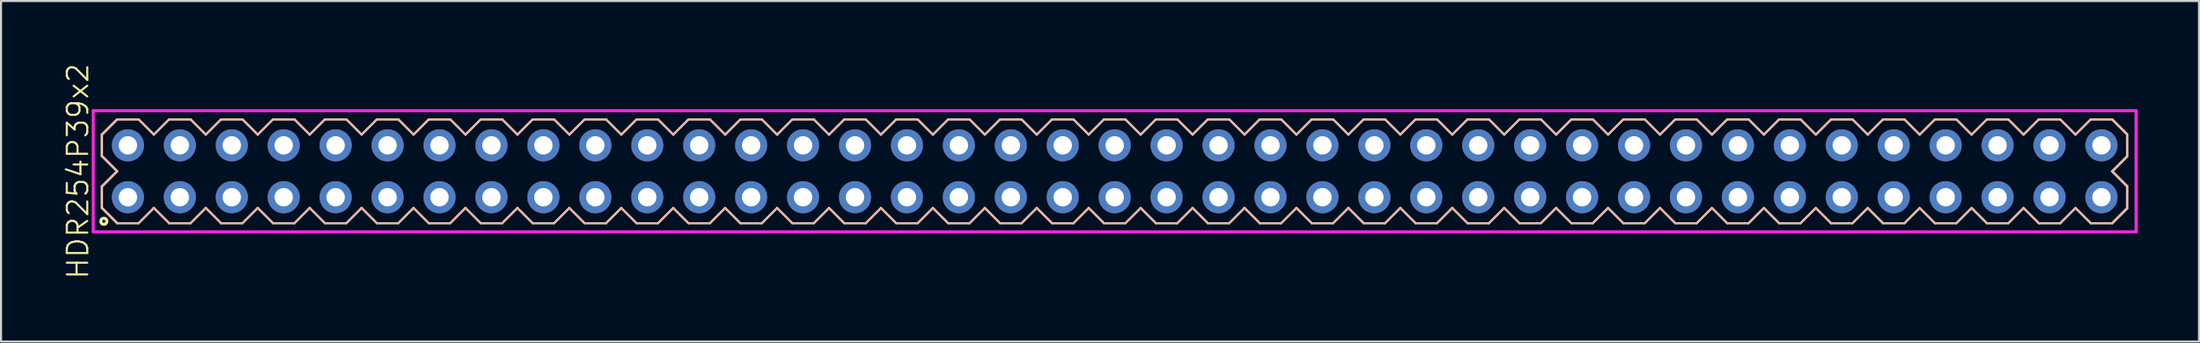
<source format=kicad_pcb>
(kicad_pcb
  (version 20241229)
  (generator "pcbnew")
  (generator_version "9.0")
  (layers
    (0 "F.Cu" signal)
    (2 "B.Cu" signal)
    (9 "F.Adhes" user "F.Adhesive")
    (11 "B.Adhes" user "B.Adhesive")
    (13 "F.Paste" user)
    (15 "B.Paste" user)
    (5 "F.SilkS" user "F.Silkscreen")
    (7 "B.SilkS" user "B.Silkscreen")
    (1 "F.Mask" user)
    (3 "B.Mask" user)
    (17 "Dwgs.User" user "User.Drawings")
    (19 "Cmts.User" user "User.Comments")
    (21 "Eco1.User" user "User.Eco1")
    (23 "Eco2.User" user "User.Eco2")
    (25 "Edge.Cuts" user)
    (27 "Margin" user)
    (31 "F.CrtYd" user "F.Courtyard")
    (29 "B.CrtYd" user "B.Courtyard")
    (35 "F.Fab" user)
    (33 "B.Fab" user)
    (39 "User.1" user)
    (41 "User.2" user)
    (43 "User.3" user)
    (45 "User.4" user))
  (footprint "HDR254P39x2"
    (layer "F.Cu")
    (at 51.465 5.336)
    (property "Reference" "HDR254P39x2" (at -50.705 0 90) (layer "F.SilkS") (effects (font (size 1 1) (thickness 0.1))))
    (attr through_hole)
    (fp_line (start -49.53 -1.796) (end -48.786 -2.54) (stroke (width 0.1) (type solid)) (layer "F.SilkS"))
    (fp_line (start -49.53 -1.796) (end -48.786 -2.54) (stroke (width 0.1) (type solid)) (layer "F.SilkS"))
    (fp_line (start -49.53 -0.744) (end -49.53 -1.796) (stroke (width 0.1) (type solid)) (layer "F.SilkS"))
    (fp_line (start -49.53 -0.744) (end -49.53 -1.796) (stroke (width 0.1) (type solid)) (layer "F.SilkS"))
    (fp_line (start -49.53 0.744) (end -48.786 0) (stroke (width 0.1) (type solid)) (layer "F.SilkS"))
    (fp_line (start -49.53 0.744) (end -48.786 0) (stroke (width 0.1) (type solid)) (layer "F.SilkS"))
    (fp_line (start -49.53 1.796) (end -49.53 0.744) (stroke (width 0.1) (type solid)) (layer "F.SilkS"))
    (fp_line (start -49.53 1.796) (end -49.53 0.744) (stroke (width 0.1) (type solid)) (layer "F.SilkS"))
    (fp_line (start -48.786 -2.54) (end -47.734 -2.54) (stroke (width 0.1) (type solid)) (layer "F.SilkS"))
    (fp_line (start -48.786 0) (end -49.53 -0.744) (stroke (width 0.1) (type solid)) (layer "F.SilkS"))
    (fp_line (start -48.786 0) (end -49.53 -0.744) (stroke (width 0.1) (type solid)) (layer "F.SilkS"))
    (fp_line (start -48.786 2.54) (end -49.53 1.796) (stroke (width 0.1) (type solid)) (layer "F.SilkS"))
    (fp_line (start -48.786 2.54) (end -49.53 1.796) (stroke (width 0.1) (type solid)) (layer "F.SilkS"))
    (fp_line (start -47.734 -2.54) (end -46.99 -1.796) (stroke (width 0.1) (type solid)) (layer "F.SilkS"))
    (fp_line (start -47.734 2.54) (end -48.786 2.54) (stroke (width 0.1) (type solid)) (layer "F.SilkS"))
    (fp_line (start -46.99 -1.796) (end -46.246 -2.54) (stroke (width 0.1) (type solid)) (layer "F.SilkS"))
    (fp_line (start -46.99 1.796) (end -47.734 2.54) (stroke (width 0.1) (type solid)) (layer "F.SilkS"))
    (fp_line (start -46.246 -2.54) (end -45.194 -2.54) (stroke (width 0.1) (type solid)) (layer "F.SilkS"))
    (fp_line (start -46.246 2.54) (end -46.99 1.796) (stroke (width 0.1) (type solid)) (layer "F.SilkS"))
    (fp_line (start -45.194 -2.54) (end -44.45 -1.796) (stroke (width 0.1) (type solid)) (layer "F.SilkS"))
    (fp_line (start -45.194 2.54) (end -46.246 2.54) (stroke (width 0.1) (type solid)) (layer "F.SilkS"))
    (fp_line (start -44.45 -1.796) (end -43.706 -2.54) (stroke (width 0.1) (type solid)) (layer "F.SilkS"))
    (fp_line (start -44.45 1.796) (end -45.194 2.54) (stroke (width 0.1) (type solid)) (layer "F.SilkS"))
    (fp_line (start -43.706 -2.54) (end -42.654 -2.54) (stroke (width 0.1) (type solid)) (layer "F.SilkS"))
    (fp_line (start -43.706 2.54) (end -44.45 1.796) (stroke (width 0.1) (type solid)) (layer "F.SilkS"))
    (fp_line (start -42.654 -2.54) (end -41.91 -1.796) (stroke (width 0.1) (type solid)) (layer "F.SilkS"))
    (fp_line (start -42.654 2.54) (end -43.706 2.54) (stroke (width 0.1) (type solid)) (layer "F.SilkS"))
    (fp_line (start -41.91 -1.796) (end -41.166 -2.54) (stroke (width 0.1) (type solid)) (layer "F.SilkS"))
    (fp_line (start -41.91 1.796) (end -42.654 2.54) (stroke (width 0.1) (type solid)) (layer "F.SilkS"))
    (fp_line (start -41.166 -2.54) (end -40.114 -2.54) (stroke (width 0.1) (type solid)) (layer "F.SilkS"))
    (fp_line (start -41.166 2.54) (end -41.91 1.796) (stroke (width 0.1) (type solid)) (layer "F.SilkS"))
    (fp_line (start -40.114 -2.54) (end -39.37 -1.796) (stroke (width 0.1) (type solid)) (layer "F.SilkS"))
    (fp_line (start -40.114 2.54) (end -41.166 2.54) (stroke (width 0.1) (type solid)) (layer "F.SilkS"))
    (fp_line (start -39.37 -1.796) (end -38.626 -2.54) (stroke (width 0.1) (type solid)) (layer "F.SilkS"))
    (fp_line (start -39.37 1.796) (end -40.114 2.54) (stroke (width 0.1) (type solid)) (layer "F.SilkS"))
    (fp_line (start -38.626 -2.54) (end -37.574 -2.54) (stroke (width 0.1) (type solid)) (layer "F.SilkS"))
    (fp_line (start -38.626 2.54) (end -39.37 1.796) (stroke (width 0.1) (type solid)) (layer "F.SilkS"))
    (fp_line (start -37.574 -2.54) (end -36.83 -1.796) (stroke (width 0.1) (type solid)) (layer "F.SilkS"))
    (fp_line (start -37.574 2.54) (end -38.626 2.54) (stroke (width 0.1) (type solid)) (layer "F.SilkS"))
    (fp_line (start -36.83 -1.796) (end -36.086 -2.54) (stroke (width 0.1) (type solid)) (layer "F.SilkS"))
    (fp_line (start -36.83 1.796) (end -37.574 2.54) (stroke (width 0.1) (type solid)) (layer "F.SilkS"))
    (fp_line (start -36.086 -2.54) (end -35.034 -2.54) (stroke (width 0.1) (type solid)) (layer "F.SilkS"))
    (fp_line (start -36.086 2.54) (end -36.83 1.796) (stroke (width 0.1) (type solid)) (layer "F.SilkS"))
    (fp_line (start -35.034 -2.54) (end -34.29 -1.796) (stroke (width 0.1) (type solid)) (layer "F.SilkS"))
    (fp_line (start -35.034 2.54) (end -36.086 2.54) (stroke (width 0.1) (type solid)) (layer "F.SilkS"))
    (fp_line (start -34.29 -1.796) (end -33.546 -2.54) (stroke (width 0.1) (type solid)) (layer "F.SilkS"))
    (fp_line (start -34.29 1.796) (end -35.034 2.54) (stroke (width 0.1) (type solid)) (layer "F.SilkS"))
    (fp_line (start -33.546 -2.54) (end -32.494 -2.54) (stroke (width 0.1) (type solid)) (layer "F.SilkS"))
    (fp_line (start -33.546 2.54) (end -34.29 1.796) (stroke (width 0.1) (type solid)) (layer "F.SilkS"))
    (fp_line (start -32.494 -2.54) (end -31.75 -1.796) (stroke (width 0.1) (type solid)) (layer "F.SilkS"))
    (fp_line (start -32.494 2.54) (end -33.546 2.54) (stroke (width 0.1) (type solid)) (layer "F.SilkS"))
    (fp_line (start -31.75 -1.796) (end -31.006 -2.54) (stroke (width 0.1) (type solid)) (layer "F.SilkS"))
    (fp_line (start -31.75 1.796) (end -32.494 2.54) (stroke (width 0.1) (type solid)) (layer "F.SilkS"))
    (fp_line (start -31.006 -2.54) (end -29.954 -2.54) (stroke (width 0.1) (type solid)) (layer "F.SilkS"))
    (fp_line (start -31.006 2.54) (end -31.75 1.796) (stroke (width 0.1) (type solid)) (layer "F.SilkS"))
    (fp_line (start -29.954 -2.54) (end -29.21 -1.796) (stroke (width 0.1) (type solid)) (layer "F.SilkS"))
    (fp_line (start -29.954 2.54) (end -31.006 2.54) (stroke (width 0.1) (type solid)) (layer "F.SilkS"))
    (fp_line (start -29.21 -1.796) (end -28.466 -2.54) (stroke (width 0.1) (type solid)) (layer "F.SilkS"))
    (fp_line (start -29.21 1.796) (end -29.954 2.54) (stroke (width 0.1) (type solid)) (layer "F.SilkS"))
    (fp_line (start -28.466 -2.54) (end -27.414 -2.54) (stroke (width 0.1) (type solid)) (layer "F.SilkS"))
    (fp_line (start -28.466 2.54) (end -29.21 1.796) (stroke (width 0.1) (type solid)) (layer "F.SilkS"))
    (fp_line (start -27.414 -2.54) (end -26.67 -1.796) (stroke (width 0.1) (type solid)) (layer "F.SilkS"))
    (fp_line (start -27.414 2.54) (end -28.466 2.54) (stroke (width 0.1) (type solid)) (layer "F.SilkS"))
    (fp_line (start -26.67 -1.796) (end -25.926 -2.54) (stroke (width 0.1) (type solid)) (layer "F.SilkS"))
    (fp_line (start -26.67 1.796) (end -27.414 2.54) (stroke (width 0.1) (type solid)) (layer "F.SilkS"))
    (fp_line (start -25.926 -2.54) (end -24.874 -2.54) (stroke (width 0.1) (type solid)) (layer "F.SilkS"))
    (fp_line (start -25.926 2.54) (end -26.67 1.796) (stroke (width 0.1) (type solid)) (layer "F.SilkS"))
    (fp_line (start -24.874 -2.54) (end -24.13 -1.796) (stroke (width 0.1) (type solid)) (layer "F.SilkS"))
    (fp_line (start -24.874 2.54) (end -25.926 2.54) (stroke (width 0.1) (type solid)) (layer "F.SilkS"))
    (fp_line (start -24.13 -1.796) (end -23.386 -2.54) (stroke (width 0.1) (type solid)) (layer "F.SilkS"))
    (fp_line (start -24.13 1.796) (end -24.874 2.54) (stroke (width 0.1) (type solid)) (layer "F.SilkS"))
    (fp_line (start -23.386 -2.54) (end -22.334 -2.54) (stroke (width 0.1) (type solid)) (layer "F.SilkS"))
    (fp_line (start -23.386 2.54) (end -24.13 1.796) (stroke (width 0.1) (type solid)) (layer "F.SilkS"))
    (fp_line (start -22.334 -2.54) (end -21.59 -1.796) (stroke (width 0.1) (type solid)) (layer "F.SilkS"))
    (fp_line (start -22.334 2.54) (end -23.386 2.54) (stroke (width 0.1) (type solid)) (layer "F.SilkS"))
    (fp_line (start -21.59 -1.796) (end -20.846 -2.54) (stroke (width 0.1) (type solid)) (layer "F.SilkS"))
    (fp_line (start -21.59 1.796) (end -22.334 2.54) (stroke (width 0.1) (type solid)) (layer "F.SilkS"))
    (fp_line (start -20.846 -2.54) (end -19.794 -2.54) (stroke (width 0.1) (type solid)) (layer "F.SilkS"))
    (fp_line (start -20.846 2.54) (end -21.59 1.796) (stroke (width 0.1) (type solid)) (layer "F.SilkS"))
    (fp_line (start -19.794 -2.54) (end -19.05 -1.796) (stroke (width 0.1) (type solid)) (layer "F.SilkS"))
    (fp_line (start -19.794 2.54) (end -20.846 2.54) (stroke (width 0.1) (type solid)) (layer "F.SilkS"))
    (fp_line (start -19.05 -1.796) (end -18.306 -2.54) (stroke (width 0.1) (type solid)) (layer "F.SilkS"))
    (fp_line (start -19.05 1.796) (end -19.794 2.54) (stroke (width 0.1) (type solid)) (layer "F.SilkS"))
    (fp_line (start -18.306 -2.54) (end -17.254 -2.54) (stroke (width 0.1) (type solid)) (layer "F.SilkS"))
    (fp_line (start -18.306 2.54) (end -19.05 1.796) (stroke (width 0.1) (type solid)) (layer "F.SilkS"))
    (fp_line (start -17.254 -2.54) (end -16.51 -1.796) (stroke (width 0.1) (type solid)) (layer "F.SilkS"))
    (fp_line (start -17.254 2.54) (end -18.306 2.54) (stroke (width 0.1) (type solid)) (layer "F.SilkS"))
    (fp_line (start -16.51 -1.796) (end -15.766 -2.54) (stroke (width 0.1) (type solid)) (layer "F.SilkS"))
    (fp_line (start -16.51 1.796) (end -17.254 2.54) (stroke (width 0.1) (type solid)) (layer "F.SilkS"))
    (fp_line (start -15.766 -2.54) (end -14.714 -2.54) (stroke (width 0.1) (type solid)) (layer "F.SilkS"))
    (fp_line (start -15.766 2.54) (end -16.51 1.796) (stroke (width 0.1) (type solid)) (layer "F.SilkS"))
    (fp_line (start -14.714 -2.54) (end -13.97 -1.796) (stroke (width 0.1) (type solid)) (layer "F.SilkS"))
    (fp_line (start -14.714 2.54) (end -15.766 2.54) (stroke (width 0.1) (type solid)) (layer "F.SilkS"))
    (fp_line (start -13.97 -1.796) (end -13.226 -2.54) (stroke (width 0.1) (type solid)) (layer "F.SilkS"))
    (fp_line (start -13.97 1.796) (end -14.714 2.54) (stroke (width 0.1) (type solid)) (layer "F.SilkS"))
    (fp_line (start -13.226 -2.54) (end -12.174 -2.54) (stroke (width 0.1) (type solid)) (layer "F.SilkS"))
    (fp_line (start -13.226 2.54) (end -13.97 1.796) (stroke (width 0.1) (type solid)) (layer "F.SilkS"))
    (fp_line (start -12.174 -2.54) (end -11.43 -1.796) (stroke (width 0.1) (type solid)) (layer "F.SilkS"))
    (fp_line (start -12.174 2.54) (end -13.226 2.54) (stroke (width 0.1) (type solid)) (layer "F.SilkS"))
    (fp_line (start -11.43 -1.796) (end -10.686 -2.54) (stroke (width 0.1) (type solid)) (layer "F.SilkS"))
    (fp_line (start -11.43 1.796) (end -12.174 2.54) (stroke (width 0.1) (type solid)) (layer "F.SilkS"))
    (fp_line (start -10.686 -2.54) (end -9.634 -2.54) (stroke (width 0.1) (type solid)) (layer "F.SilkS"))
    (fp_line (start -10.686 2.54) (end -11.43 1.796) (stroke (width 0.1) (type solid)) (layer "F.SilkS"))
    (fp_line (start -9.634 -2.54) (end -8.89 -1.796) (stroke (width 0.1) (type solid)) (layer "F.SilkS"))
    (fp_line (start -9.634 2.54) (end -10.686 2.54) (stroke (width 0.1) (type solid)) (layer "F.SilkS"))
    (fp_line (start -8.89 -1.796) (end -8.146 -2.54) (stroke (width 0.1) (type solid)) (layer "F.SilkS"))
    (fp_line (start -8.89 1.796) (end -9.634 2.54) (stroke (width 0.1) (type solid)) (layer "F.SilkS"))
    (fp_line (start -8.146 -2.54) (end -7.094 -2.54) (stroke (width 0.1) (type solid)) (layer "F.SilkS"))
    (fp_line (start -8.146 2.54) (end -8.89 1.796) (stroke (width 0.1) (type solid)) (layer "F.SilkS"))
    (fp_line (start -7.094 -2.54) (end -6.35 -1.796) (stroke (width 0.1) (type solid)) (layer "F.SilkS"))
    (fp_line (start -7.094 2.54) (end -8.146 2.54) (stroke (width 0.1) (type solid)) (layer "F.SilkS"))
    (fp_line (start -6.35 -1.796) (end -5.606 -2.54) (stroke (width 0.1) (type solid)) (layer "F.SilkS"))
    (fp_line (start -6.35 1.796) (end -7.094 2.54) (stroke (width 0.1) (type solid)) (layer "F.SilkS"))
    (fp_line (start -5.606 -2.54) (end -4.554 -2.54) (stroke (width 0.1) (type solid)) (layer "F.SilkS"))
    (fp_line (start -5.606 2.54) (end -6.35 1.796) (stroke (width 0.1) (type solid)) (layer "F.SilkS"))
    (fp_line (start -4.554 -2.54) (end -3.81 -1.796) (stroke (width 0.1) (type solid)) (layer "F.SilkS"))
    (fp_line (start -4.554 2.54) (end -5.606 2.54) (stroke (width 0.1) (type solid)) (layer "F.SilkS"))
    (fp_line (start -3.81 -1.796) (end -3.066 -2.54) (stroke (width 0.1) (type solid)) (layer "F.SilkS"))
    (fp_line (start -3.81 1.796) (end -4.554 2.54) (stroke (width 0.1) (type solid)) (layer "F.SilkS"))
    (fp_line (start -3.066 -2.54) (end -2.014 -2.54) (stroke (width 0.1) (type solid)) (layer "F.SilkS"))
    (fp_line (start -3.066 2.54) (end -3.81 1.796) (stroke (width 0.1) (type solid)) (layer "F.SilkS"))
    (fp_line (start -2.014 -2.54) (end -1.27 -1.796) (stroke (width 0.1) (type solid)) (layer "F.SilkS"))
    (fp_line (start -2.014 2.54) (end -3.066 2.54) (stroke (width 0.1) (type solid)) (layer "F.SilkS"))
    (fp_line (start -1.27 -1.796) (end -0.526 -2.54) (stroke (width 0.1) (type solid)) (layer "F.SilkS"))
    (fp_line (start -1.27 1.796) (end -2.014 2.54) (stroke (width 0.1) (type solid)) (layer "F.SilkS"))
    (fp_line (start -0.526 -2.54) (end 0.526 -2.54) (stroke (width 0.1) (type solid)) (layer "F.SilkS"))
    (fp_line (start -0.526 2.54) (end -1.27 1.796) (stroke (width 0.1) (type solid)) (layer "F.SilkS"))
    (fp_line (start 0.526 -2.54) (end 1.27 -1.796) (stroke (width 0.1) (type solid)) (layer "F.SilkS"))
    (fp_line (start 0.526 2.54) (end -0.526 2.54) (stroke (width 0.1) (type solid)) (layer "F.SilkS"))
    (fp_line (start 1.27 -1.796) (end 2.014 -2.54) (stroke (width 0.1) (type solid)) (layer "F.SilkS"))
    (fp_line (start 1.27 1.796) (end 0.526 2.54) (stroke (width 0.1) (type solid)) (layer "F.SilkS"))
    (fp_line (start 2.014 -2.54) (end 3.066 -2.54) (stroke (width 0.1) (type solid)) (layer "F.SilkS"))
    (fp_line (start 2.014 2.54) (end 1.27 1.796) (stroke (width 0.1) (type solid)) (layer "F.SilkS"))
    (fp_line (start 3.066 -2.54) (end 3.81 -1.796) (stroke (width 0.1) (type solid)) (layer "F.SilkS"))
    (fp_line (start 3.066 2.54) (end 2.014 2.54) (stroke (width 0.1) (type solid)) (layer "F.SilkS"))
    (fp_line (start 3.81 -1.796) (end 4.554 -2.54) (stroke (width 0.1) (type solid)) (layer "F.SilkS"))
    (fp_line (start 3.81 1.796) (end 3.066 2.54) (stroke (width 0.1) (type solid)) (layer "F.SilkS"))
    (fp_line (start 4.554 -2.54) (end 5.606 -2.54) (stroke (width 0.1) (type solid)) (layer "F.SilkS"))
    (fp_line (start 4.554 2.54) (end 3.81 1.796) (stroke (width 0.1) (type solid)) (layer "F.SilkS"))
    (fp_line (start 5.606 -2.54) (end 6.35 -1.796) (stroke (width 0.1) (type solid)) (layer "F.SilkS"))
    (fp_line (start 5.606 2.54) (end 4.554 2.54) (stroke (width 0.1) (type solid)) (layer "F.SilkS"))
    (fp_line (start 6.35 -1.796) (end 7.094 -2.54) (stroke (width 0.1) (type solid)) (layer "F.SilkS"))
    (fp_line (start 6.35 1.796) (end 5.606 2.54) (stroke (width 0.1) (type solid)) (layer "F.SilkS"))
    (fp_line (start 7.094 -2.54) (end 8.146 -2.54) (stroke (width 0.1) (type solid)) (layer "F.SilkS"))
    (fp_line (start 7.094 2.54) (end 6.35 1.796) (stroke (width 0.1) (type solid)) (layer "F.SilkS"))
    (fp_line (start 8.146 -2.54) (end 8.89 -1.796) (stroke (width 0.1) (type solid)) (layer "F.SilkS"))
    (fp_line (start 8.146 2.54) (end 7.094 2.54) (stroke (width 0.1) (type solid)) (layer "F.SilkS"))
    (fp_line (start 8.89 -1.796) (end 9.634 -2.54) (stroke (width 0.1) (type solid)) (layer "F.SilkS"))
    (fp_line (start 8.89 1.796) (end 8.146 2.54) (stroke (width 0.1) (type solid)) (layer "F.SilkS"))
    (fp_line (start 9.634 -2.54) (end 10.686 -2.54) (stroke (width 0.1) (type solid)) (layer "F.SilkS"))
    (fp_line (start 9.634 2.54) (end 8.89 1.796) (stroke (width 0.1) (type solid)) (layer "F.SilkS"))
    (fp_line (start 10.686 -2.54) (end 11.43 -1.796) (stroke (width 0.1) (type solid)) (layer "F.SilkS"))
    (fp_line (start 10.686 2.54) (end 9.634 2.54) (stroke (width 0.1) (type solid)) (layer "F.SilkS"))
    (fp_line (start 11.43 -1.796) (end 12.174 -2.54) (stroke (width 0.1) (type solid)) (layer "F.SilkS"))
    (fp_line (start 11.43 1.796) (end 10.686 2.54) (stroke (width 0.1) (type solid)) (layer "F.SilkS"))
    (fp_line (start 12.174 -2.54) (end 13.226 -2.54) (stroke (width 0.1) (type solid)) (layer "F.SilkS"))
    (fp_line (start 12.174 2.54) (end 11.43 1.796) (stroke (width 0.1) (type solid)) (layer "F.SilkS"))
    (fp_line (start 13.226 -2.54) (end 13.97 -1.796) (stroke (width 0.1) (type solid)) (layer "F.SilkS"))
    (fp_line (start 13.226 2.54) (end 12.174 2.54) (stroke (width 0.1) (type solid)) (layer "F.SilkS"))
    (fp_line (start 13.97 -1.796) (end 14.714 -2.54) (stroke (width 0.1) (type solid)) (layer "F.SilkS"))
    (fp_line (start 13.97 1.796) (end 13.226 2.54) (stroke (width 0.1) (type solid)) (layer "F.SilkS"))
    (fp_line (start 14.714 -2.54) (end 15.766 -2.54) (stroke (width 0.1) (type solid)) (layer "F.SilkS"))
    (fp_line (start 14.714 2.54) (end 13.97 1.796) (stroke (width 0.1) (type solid)) (layer "F.SilkS"))
    (fp_line (start 15.766 -2.54) (end 16.51 -1.796) (stroke (width 0.1) (type solid)) (layer "F.SilkS"))
    (fp_line (start 15.766 2.54) (end 14.714 2.54) (stroke (width 0.1) (type solid)) (layer "F.SilkS"))
    (fp_line (start 16.51 -1.796) (end 17.254 -2.54) (stroke (width 0.1) (type solid)) (layer "F.SilkS"))
    (fp_line (start 16.51 1.796) (end 15.766 2.54) (stroke (width 0.1) (type solid)) (layer "F.SilkS"))
    (fp_line (start 17.254 -2.54) (end 18.306 -2.54) (stroke (width 0.1) (type solid)) (layer "F.SilkS"))
    (fp_line (start 17.254 2.54) (end 16.51 1.796) (stroke (width 0.1) (type solid)) (layer "F.SilkS"))
    (fp_line (start 18.306 -2.54) (end 19.05 -1.796) (stroke (width 0.1) (type solid)) (layer "F.SilkS"))
    (fp_line (start 18.306 2.54) (end 17.254 2.54) (stroke (width 0.1) (type solid)) (layer "F.SilkS"))
    (fp_line (start 19.05 -1.796) (end 19.794 -2.54) (stroke (width 0.1) (type solid)) (layer "F.SilkS"))
    (fp_line (start 19.05 1.796) (end 18.306 2.54) (stroke (width 0.1) (type solid)) (layer "F.SilkS"))
    (fp_line (start 19.794 -2.54) (end 20.846 -2.54) (stroke (width 0.1) (type solid)) (layer "F.SilkS"))
    (fp_line (start 19.794 2.54) (end 19.05 1.796) (stroke (width 0.1) (type solid)) (layer "F.SilkS"))
    (fp_line (start 20.846 -2.54) (end 21.59 -1.796) (stroke (width 0.1) (type solid)) (layer "F.SilkS"))
    (fp_line (start 20.846 2.54) (end 19.794 2.54) (stroke (width 0.1) (type solid)) (layer "F.SilkS"))
    (fp_line (start 21.59 -1.796) (end 22.334 -2.54) (stroke (width 0.1) (type solid)) (layer "F.SilkS"))
    (fp_line (start 21.59 1.796) (end 20.846 2.54) (stroke (width 0.1) (type solid)) (layer "F.SilkS"))
    (fp_line (start 22.334 -2.54) (end 23.386 -2.54) (stroke (width 0.1) (type solid)) (layer "F.SilkS"))
    (fp_line (start 22.334 2.54) (end 21.59 1.796) (stroke (width 0.1) (type solid)) (layer "F.SilkS"))
    (fp_line (start 23.386 -2.54) (end 24.13 -1.796) (stroke (width 0.1) (type solid)) (layer "F.SilkS"))
    (fp_line (start 23.386 2.54) (end 22.334 2.54) (stroke (width 0.1) (type solid)) (layer "F.SilkS"))
    (fp_line (start 24.13 -1.796) (end 24.874 -2.54) (stroke (width 0.1) (type solid)) (layer "F.SilkS"))
    (fp_line (start 24.13 1.796) (end 23.386 2.54) (stroke (width 0.1) (type solid)) (layer "F.SilkS"))
    (fp_line (start 24.874 -2.54) (end 25.926 -2.54) (stroke (width 0.1) (type solid)) (layer "F.SilkS"))
    (fp_line (start 24.874 2.54) (end 24.13 1.796) (stroke (width 0.1) (type solid)) (layer "F.SilkS"))
    (fp_line (start 25.926 -2.54) (end 26.67 -1.796) (stroke (width 0.1) (type solid)) (layer "F.SilkS"))
    (fp_line (start 25.926 2.54) (end 24.874 2.54) (stroke (width 0.1) (type solid)) (layer "F.SilkS"))
    (fp_line (start 26.67 -1.796) (end 27.414 -2.54) (stroke (width 0.1) (type solid)) (layer "F.SilkS"))
    (fp_line (start 26.67 1.796) (end 25.926 2.54) (stroke (width 0.1) (type solid)) (layer "F.SilkS"))
    (fp_line (start 27.414 -2.54) (end 28.466 -2.54) (stroke (width 0.1) (type solid)) (layer "F.SilkS"))
    (fp_line (start 27.414 2.54) (end 26.67 1.796) (stroke (width 0.1) (type solid)) (layer "F.SilkS"))
    (fp_line (start 28.466 -2.54) (end 29.21 -1.796) (stroke (width 0.1) (type solid)) (layer "F.SilkS"))
    (fp_line (start 28.466 2.54) (end 27.414 2.54) (stroke (width 0.1) (type solid)) (layer "F.SilkS"))
    (fp_line (start 29.21 -1.796) (end 29.954 -2.54) (stroke (width 0.1) (type solid)) (layer "F.SilkS"))
    (fp_line (start 29.21 1.796) (end 28.466 2.54) (stroke (width 0.1) (type solid)) (layer "F.SilkS"))
    (fp_line (start 29.954 -2.54) (end 31.006 -2.54) (stroke (width 0.1) (type solid)) (layer "F.SilkS"))
    (fp_line (start 29.954 2.54) (end 29.21 1.796) (stroke (width 0.1) (type solid)) (layer "F.SilkS"))
    (fp_line (start 31.006 -2.54) (end 31.75 -1.796) (stroke (width 0.1) (type solid)) (layer "F.SilkS"))
    (fp_line (start 31.006 2.54) (end 29.954 2.54) (stroke (width 0.1) (type solid)) (layer "F.SilkS"))
    (fp_line (start 31.75 -1.796) (end 32.494 -2.54) (stroke (width 0.1) (type solid)) (layer "F.SilkS"))
    (fp_line (start 31.75 1.796) (end 31.006 2.54) (stroke (width 0.1) (type solid)) (layer "F.SilkS"))
    (fp_line (start 32.494 -2.54) (end 33.546 -2.54) (stroke (width 0.1) (type solid)) (layer "F.SilkS"))
    (fp_line (start 32.494 2.54) (end 31.75 1.796) (stroke (width 0.1) (type solid)) (layer "F.SilkS"))
    (fp_line (start 33.546 -2.54) (end 34.29 -1.796) (stroke (width 0.1) (type solid)) (layer "F.SilkS"))
    (fp_line (start 33.546 2.54) (end 32.494 2.54) (stroke (width 0.1) (type solid)) (layer "F.SilkS"))
    (fp_line (start 34.29 -1.796) (end 35.034 -2.54) (stroke (width 0.1) (type solid)) (layer "F.SilkS"))
    (fp_line (start 34.29 1.796) (end 33.546 2.54) (stroke (width 0.1) (type solid)) (layer "F.SilkS"))
    (fp_line (start 35.034 -2.54) (end 36.086 -2.54) (stroke (width 0.1) (type solid)) (layer "F.SilkS"))
    (fp_line (start 35.034 2.54) (end 34.29 1.796) (stroke (width 0.1) (type solid)) (layer "F.SilkS"))
    (fp_line (start 36.086 -2.54) (end 36.83 -1.796) (stroke (width 0.1) (type solid)) (layer "F.SilkS"))
    (fp_line (start 36.086 2.54) (end 35.034 2.54) (stroke (width 0.1) (type solid)) (layer "F.SilkS"))
    (fp_line (start 36.83 -1.796) (end 37.574 -2.54) (stroke (width 0.1) (type solid)) (layer "F.SilkS"))
    (fp_line (start 36.83 1.796) (end 36.086 2.54) (stroke (width 0.1) (type solid)) (layer "F.SilkS"))
    (fp_line (start 37.574 -2.54) (end 38.626 -2.54) (stroke (width 0.1) (type solid)) (layer "F.SilkS"))
    (fp_line (start 37.574 2.54) (end 36.83 1.796) (stroke (width 0.1) (type solid)) (layer "F.SilkS"))
    (fp_line (start 38.626 -2.54) (end 39.37 -1.796) (stroke (width 0.1) (type solid)) (layer "F.SilkS"))
    (fp_line (start 38.626 2.54) (end 37.574 2.54) (stroke (width 0.1) (type solid)) (layer "F.SilkS"))
    (fp_line (start 39.37 -1.796) (end 40.114 -2.54) (stroke (width 0.1) (type solid)) (layer "F.SilkS"))
    (fp_line (start 39.37 1.796) (end 38.626 2.54) (stroke (width 0.1) (type solid)) (layer "F.SilkS"))
    (fp_line (start 40.114 -2.54) (end 41.166 -2.54) (stroke (width 0.1) (type solid)) (layer "F.SilkS"))
    (fp_line (start 40.114 2.54) (end 39.37 1.796) (stroke (width 0.1) (type solid)) (layer "F.SilkS"))
    (fp_line (start 41.166 -2.54) (end 41.91 -1.796) (stroke (width 0.1) (type solid)) (layer "F.SilkS"))
    (fp_line (start 41.166 2.54) (end 40.114 2.54) (stroke (width 0.1) (type solid)) (layer "F.SilkS"))
    (fp_line (start 41.91 -1.796) (end 42.654 -2.54) (stroke (width 0.1) (type solid)) (layer "F.SilkS"))
    (fp_line (start 41.91 1.796) (end 41.166 2.54) (stroke (width 0.1) (type solid)) (layer "F.SilkS"))
    (fp_line (start 42.654 -2.54) (end 43.706 -2.54) (stroke (width 0.1) (type solid)) (layer "F.SilkS"))
    (fp_line (start 42.654 2.54) (end 41.91 1.796) (stroke (width 0.1) (type solid)) (layer "F.SilkS"))
    (fp_line (start 43.706 -2.54) (end 44.45 -1.796) (stroke (width 0.1) (type solid)) (layer "F.SilkS"))
    (fp_line (start 43.706 2.54) (end 42.654 2.54) (stroke (width 0.1) (type solid)) (layer "F.SilkS"))
    (fp_line (start 44.45 -1.796) (end 45.194 -2.54) (stroke (width 0.1) (type solid)) (layer "F.SilkS"))
    (fp_line (start 44.45 1.796) (end 43.706 2.54) (stroke (width 0.1) (type solid)) (layer "F.SilkS"))
    (fp_line (start 45.194 -2.54) (end 46.246 -2.54) (stroke (width 0.1) (type solid)) (layer "F.SilkS"))
    (fp_line (start 45.194 2.54) (end 44.45 1.796) (stroke (width 0.1) (type solid)) (layer "F.SilkS"))
    (fp_line (start 46.246 -2.54) (end 46.99 -1.796) (stroke (width 0.1) (type solid)) (layer "F.SilkS"))
    (fp_line (start 46.246 2.54) (end 45.194 2.54) (stroke (width 0.1) (type solid)) (layer "F.SilkS"))
    (fp_line (start 46.99 -1.796) (end 47.734 -2.54) (stroke (width 0.1) (type solid)) (layer "F.SilkS"))
    (fp_line (start 46.99 1.796) (end 46.246 2.54) (stroke (width 0.1) (type solid)) (layer "F.SilkS"))
    (fp_line (start 47.734 -2.54) (end 48.786 -2.54) (stroke (width 0.1) (type solid)) (layer "F.SilkS"))
    (fp_line (start 47.734 2.54) (end 46.99 1.796) (stroke (width 0.1) (type solid)) (layer "F.SilkS"))
    (fp_line (start 48.786 -2.54) (end 49.53 -1.796) (stroke (width 0.1) (type solid)) (layer "F.SilkS"))
    (fp_line (start 48.786 -2.54) (end 49.53 -1.796) (stroke (width 0.1) (type solid)) (layer "F.SilkS"))
    (fp_line (start 48.786 0) (end 49.53 0.744) (stroke (width 0.1) (type solid)) (layer "F.SilkS"))
    (fp_line (start 48.786 0) (end 49.53 0.744) (stroke (width 0.1) (type solid)) (layer "F.SilkS"))
    (fp_line (start 48.786 2.54) (end 47.734 2.54) (stroke (width 0.1) (type solid)) (layer "F.SilkS"))
    (fp_line (start 49.53 -1.796) (end 49.53 -0.744) (stroke (width 0.1) (type solid)) (layer "F.SilkS"))
    (fp_line (start 49.53 -1.796) (end 49.53 -0.744) (stroke (width 0.1) (type solid)) (layer "F.SilkS"))
    (fp_line (start 49.53 -0.744) (end 48.786 0) (stroke (width 0.1) (type solid)) (layer "F.SilkS"))
    (fp_line (start 49.53 -0.744) (end 48.786 0) (stroke (width 0.1) (type solid)) (layer "F.SilkS"))
    (fp_line (start 49.53 0.744) (end 49.53 1.796) (stroke (width 0.1) (type solid)) (layer "F.SilkS"))
    (fp_line (start 49.53 0.744) (end 49.53 1.796) (stroke (width 0.1) (type solid)) (layer "F.SilkS"))
    (fp_line (start 49.53 1.796) (end 48.786 2.54) (stroke (width 0.1) (type solid)) (layer "F.SilkS"))
    (fp_line (start 49.53 1.796) (end 48.786 2.54) (stroke (width 0.1) (type solid)) (layer "F.SilkS"))
    (fp_circle (center -49.437 2.448) (end -49.287 2.448) (stroke (width 0.15) (type solid)) (fill no) (layer "F.SilkS"))
    (fp_line (start -49.53 -1.796) (end -48.786 -2.54) (stroke (width 0.1) (type solid)) (layer "B.SilkS"))
    (fp_line (start -49.53 -1.796) (end -48.786 -2.54) (stroke (width 0.1) (type solid)) (layer "B.SilkS"))
    (fp_line (start -49.53 -0.744) (end -49.53 -1.796) (stroke (width 0.1) (type solid)) (layer "B.SilkS"))
    (fp_line (start -49.53 -0.744) (end -49.53 -1.796) (stroke (width 0.1) (type solid)) (layer "B.SilkS"))
    (fp_line (start -49.53 0.744) (end -48.786 0) (stroke (width 0.1) (type solid)) (layer "B.SilkS"))
    (fp_line (start -49.53 0.744) (end -48.786 0) (stroke (width 0.1) (type solid)) (layer "B.SilkS"))
    (fp_line (start -49.53 1.796) (end -49.53 0.744) (stroke (width 0.1) (type solid)) (layer "B.SilkS"))
    (fp_line (start -49.53 1.796) (end -49.53 0.744) (stroke (width 0.1) (type solid)) (layer "B.SilkS"))
    (fp_line (start -48.786 -2.54) (end -47.734 -2.54) (stroke (width 0.1) (type solid)) (layer "B.SilkS"))
    (fp_line (start -48.786 0) (end -49.53 -0.744) (stroke (width 0.1) (type solid)) (layer "B.SilkS"))
    (fp_line (start -48.786 0) (end -49.53 -0.744) (stroke (width 0.1) (type solid)) (layer "B.SilkS"))
    (fp_line (start -48.786 2.54) (end -49.53 1.796) (stroke (width 0.1) (type solid)) (layer "B.SilkS"))
    (fp_line (start -48.786 2.54) (end -49.53 1.796) (stroke (width 0.1) (type solid)) (layer "B.SilkS"))
    (fp_line (start -47.734 -2.54) (end -46.99 -1.796) (stroke (width 0.1) (type solid)) (layer "B.SilkS"))
    (fp_line (start -47.734 2.54) (end -48.786 2.54) (stroke (width 0.1) (type solid)) (layer "B.SilkS"))
    (fp_line (start -46.99 -1.796) (end -46.246 -2.54) (stroke (width 0.1) (type solid)) (layer "B.SilkS"))
    (fp_line (start -46.99 1.796) (end -47.734 2.54) (stroke (width 0.1) (type solid)) (layer "B.SilkS"))
    (fp_line (start -46.246 -2.54) (end -45.194 -2.54) (stroke (width 0.1) (type solid)) (layer "B.SilkS"))
    (fp_line (start -46.246 2.54) (end -46.99 1.796) (stroke (width 0.1) (type solid)) (layer "B.SilkS"))
    (fp_line (start -45.194 -2.54) (end -44.45 -1.796) (stroke (width 0.1) (type solid)) (layer "B.SilkS"))
    (fp_line (start -45.194 2.54) (end -46.246 2.54) (stroke (width 0.1) (type solid)) (layer "B.SilkS"))
    (fp_line (start -44.45 -1.796) (end -43.706 -2.54) (stroke (width 0.1) (type solid)) (layer "B.SilkS"))
    (fp_line (start -44.45 1.796) (end -45.194 2.54) (stroke (width 0.1) (type solid)) (layer "B.SilkS"))
    (fp_line (start -43.706 -2.54) (end -42.654 -2.54) (stroke (width 0.1) (type solid)) (layer "B.SilkS"))
    (fp_line (start -43.706 2.54) (end -44.45 1.796) (stroke (width 0.1) (type solid)) (layer "B.SilkS"))
    (fp_line (start -42.654 -2.54) (end -41.91 -1.796) (stroke (width 0.1) (type solid)) (layer "B.SilkS"))
    (fp_line (start -42.654 2.54) (end -43.706 2.54) (stroke (width 0.1) (type solid)) (layer "B.SilkS"))
    (fp_line (start -41.91 -1.796) (end -41.166 -2.54) (stroke (width 0.1) (type solid)) (layer "B.SilkS"))
    (fp_line (start -41.91 1.796) (end -42.654 2.54) (stroke (width 0.1) (type solid)) (layer "B.SilkS"))
    (fp_line (start -41.166 -2.54) (end -40.114 -2.54) (stroke (width 0.1) (type solid)) (layer "B.SilkS"))
    (fp_line (start -41.166 2.54) (end -41.91 1.796) (stroke (width 0.1) (type solid)) (layer "B.SilkS"))
    (fp_line (start -40.114 -2.54) (end -39.37 -1.796) (stroke (width 0.1) (type solid)) (layer "B.SilkS"))
    (fp_line (start -40.114 2.54) (end -41.166 2.54) (stroke (width 0.1) (type solid)) (layer "B.SilkS"))
    (fp_line (start -39.37 -1.796) (end -38.626 -2.54) (stroke (width 0.1) (type solid)) (layer "B.SilkS"))
    (fp_line (start -39.37 1.796) (end -40.114 2.54) (stroke (width 0.1) (type solid)) (layer "B.SilkS"))
    (fp_line (start -38.626 -2.54) (end -37.574 -2.54) (stroke (width 0.1) (type solid)) (layer "B.SilkS"))
    (fp_line (start -38.626 2.54) (end -39.37 1.796) (stroke (width 0.1) (type solid)) (layer "B.SilkS"))
    (fp_line (start -37.574 -2.54) (end -36.83 -1.796) (stroke (width 0.1) (type solid)) (layer "B.SilkS"))
    (fp_line (start -37.574 2.54) (end -38.626 2.54) (stroke (width 0.1) (type solid)) (layer "B.SilkS"))
    (fp_line (start -36.83 -1.796) (end -36.086 -2.54) (stroke (width 0.1) (type solid)) (layer "B.SilkS"))
    (fp_line (start -36.83 1.796) (end -37.574 2.54) (stroke (width 0.1) (type solid)) (layer "B.SilkS"))
    (fp_line (start -36.086 -2.54) (end -35.034 -2.54) (stroke (width 0.1) (type solid)) (layer "B.SilkS"))
    (fp_line (start -36.086 2.54) (end -36.83 1.796) (stroke (width 0.1) (type solid)) (layer "B.SilkS"))
    (fp_line (start -35.034 -2.54) (end -34.29 -1.796) (stroke (width 0.1) (type solid)) (layer "B.SilkS"))
    (fp_line (start -35.034 2.54) (end -36.086 2.54) (stroke (width 0.1) (type solid)) (layer "B.SilkS"))
    (fp_line (start -34.29 -1.796) (end -33.546 -2.54) (stroke (width 0.1) (type solid)) (layer "B.SilkS"))
    (fp_line (start -34.29 1.796) (end -35.034 2.54) (stroke (width 0.1) (type solid)) (layer "B.SilkS"))
    (fp_line (start -33.546 -2.54) (end -32.494 -2.54) (stroke (width 0.1) (type solid)) (layer "B.SilkS"))
    (fp_line (start -33.546 2.54) (end -34.29 1.796) (stroke (width 0.1) (type solid)) (layer "B.SilkS"))
    (fp_line (start -32.494 -2.54) (end -31.75 -1.796) (stroke (width 0.1) (type solid)) (layer "B.SilkS"))
    (fp_line (start -32.494 2.54) (end -33.546 2.54) (stroke (width 0.1) (type solid)) (layer "B.SilkS"))
    (fp_line (start -31.75 -1.796) (end -31.006 -2.54) (stroke (width 0.1) (type solid)) (layer "B.SilkS"))
    (fp_line (start -31.75 1.796) (end -32.494 2.54) (stroke (width 0.1) (type solid)) (layer "B.SilkS"))
    (fp_line (start -31.006 -2.54) (end -29.954 -2.54) (stroke (width 0.1) (type solid)) (layer "B.SilkS"))
    (fp_line (start -31.006 2.54) (end -31.75 1.796) (stroke (width 0.1) (type solid)) (layer "B.SilkS"))
    (fp_line (start -29.954 -2.54) (end -29.21 -1.796) (stroke (width 0.1) (type solid)) (layer "B.SilkS"))
    (fp_line (start -29.954 2.54) (end -31.006 2.54) (stroke (width 0.1) (type solid)) (layer "B.SilkS"))
    (fp_line (start -29.21 -1.796) (end -28.466 -2.54) (stroke (width 0.1) (type solid)) (layer "B.SilkS"))
    (fp_line (start -29.21 1.796) (end -29.954 2.54) (stroke (width 0.1) (type solid)) (layer "B.SilkS"))
    (fp_line (start -28.466 -2.54) (end -27.414 -2.54) (stroke (width 0.1) (type solid)) (layer "B.SilkS"))
    (fp_line (start -28.466 2.54) (end -29.21 1.796) (stroke (width 0.1) (type solid)) (layer "B.SilkS"))
    (fp_line (start -27.414 -2.54) (end -26.67 -1.796) (stroke (width 0.1) (type solid)) (layer "B.SilkS"))
    (fp_line (start -27.414 2.54) (end -28.466 2.54) (stroke (width 0.1) (type solid)) (layer "B.SilkS"))
    (fp_line (start -26.67 -1.796) (end -25.926 -2.54) (stroke (width 0.1) (type solid)) (layer "B.SilkS"))
    (fp_line (start -26.67 1.796) (end -27.414 2.54) (stroke (width 0.1) (type solid)) (layer "B.SilkS"))
    (fp_line (start -25.926 -2.54) (end -24.874 -2.54) (stroke (width 0.1) (type solid)) (layer "B.SilkS"))
    (fp_line (start -25.926 2.54) (end -26.67 1.796) (stroke (width 0.1) (type solid)) (layer "B.SilkS"))
    (fp_line (start -24.874 -2.54) (end -24.13 -1.796) (stroke (width 0.1) (type solid)) (layer "B.SilkS"))
    (fp_line (start -24.874 2.54) (end -25.926 2.54) (stroke (width 0.1) (type solid)) (layer "B.SilkS"))
    (fp_line (start -24.13 -1.796) (end -23.386 -2.54) (stroke (width 0.1) (type solid)) (layer "B.SilkS"))
    (fp_line (start -24.13 1.796) (end -24.874 2.54) (stroke (width 0.1) (type solid)) (layer "B.SilkS"))
    (fp_line (start -23.386 -2.54) (end -22.334 -2.54) (stroke (width 0.1) (type solid)) (layer "B.SilkS"))
    (fp_line (start -23.386 2.54) (end -24.13 1.796) (stroke (width 0.1) (type solid)) (layer "B.SilkS"))
    (fp_line (start -22.334 -2.54) (end -21.59 -1.796) (stroke (width 0.1) (type solid)) (layer "B.SilkS"))
    (fp_line (start -22.334 2.54) (end -23.386 2.54) (stroke (width 0.1) (type solid)) (layer "B.SilkS"))
    (fp_line (start -21.59 -1.796) (end -20.846 -2.54) (stroke (width 0.1) (type solid)) (layer "B.SilkS"))
    (fp_line (start -21.59 1.796) (end -22.334 2.54) (stroke (width 0.1) (type solid)) (layer "B.SilkS"))
    (fp_line (start -20.846 -2.54) (end -19.794 -2.54) (stroke (width 0.1) (type solid)) (layer "B.SilkS"))
    (fp_line (start -20.846 2.54) (end -21.59 1.796) (stroke (width 0.1) (type solid)) (layer "B.SilkS"))
    (fp_line (start -19.794 -2.54) (end -19.05 -1.796) (stroke (width 0.1) (type solid)) (layer "B.SilkS"))
    (fp_line (start -19.794 2.54) (end -20.846 2.54) (stroke (width 0.1) (type solid)) (layer "B.SilkS"))
    (fp_line (start -19.05 -1.796) (end -18.306 -2.54) (stroke (width 0.1) (type solid)) (layer "B.SilkS"))
    (fp_line (start -19.05 1.796) (end -19.794 2.54) (stroke (width 0.1) (type solid)) (layer "B.SilkS"))
    (fp_line (start -18.306 -2.54) (end -17.254 -2.54) (stroke (width 0.1) (type solid)) (layer "B.SilkS"))
    (fp_line (start -18.306 2.54) (end -19.05 1.796) (stroke (width 0.1) (type solid)) (layer "B.SilkS"))
    (fp_line (start -17.254 -2.54) (end -16.51 -1.796) (stroke (width 0.1) (type solid)) (layer "B.SilkS"))
    (fp_line (start -17.254 2.54) (end -18.306 2.54) (stroke (width 0.1) (type solid)) (layer "B.SilkS"))
    (fp_line (start -16.51 -1.796) (end -15.766 -2.54) (stroke (width 0.1) (type solid)) (layer "B.SilkS"))
    (fp_line (start -16.51 1.796) (end -17.254 2.54) (stroke (width 0.1) (type solid)) (layer "B.SilkS"))
    (fp_line (start -15.766 -2.54) (end -14.714 -2.54) (stroke (width 0.1) (type solid)) (layer "B.SilkS"))
    (fp_line (start -15.766 2.54) (end -16.51 1.796) (stroke (width 0.1) (type solid)) (layer "B.SilkS"))
    (fp_line (start -14.714 -2.54) (end -13.97 -1.796) (stroke (width 0.1) (type solid)) (layer "B.SilkS"))
    (fp_line (start -14.714 2.54) (end -15.766 2.54) (stroke (width 0.1) (type solid)) (layer "B.SilkS"))
    (fp_line (start -13.97 -1.796) (end -13.226 -2.54) (stroke (width 0.1) (type solid)) (layer "B.SilkS"))
    (fp_line (start -13.97 1.796) (end -14.714 2.54) (stroke (width 0.1) (type solid)) (layer "B.SilkS"))
    (fp_line (start -13.226 -2.54) (end -12.174 -2.54) (stroke (width 0.1) (type solid)) (layer "B.SilkS"))
    (fp_line (start -13.226 2.54) (end -13.97 1.796) (stroke (width 0.1) (type solid)) (layer "B.SilkS"))
    (fp_line (start -12.174 -2.54) (end -11.43 -1.796) (stroke (width 0.1) (type solid)) (layer "B.SilkS"))
    (fp_line (start -12.174 2.54) (end -13.226 2.54) (stroke (width 0.1) (type solid)) (layer "B.SilkS"))
    (fp_line (start -11.43 -1.796) (end -10.686 -2.54) (stroke (width 0.1) (type solid)) (layer "B.SilkS"))
    (fp_line (start -11.43 1.796) (end -12.174 2.54) (stroke (width 0.1) (type solid)) (layer "B.SilkS"))
    (fp_line (start -10.686 -2.54) (end -9.634 -2.54) (stroke (width 0.1) (type solid)) (layer "B.SilkS"))
    (fp_line (start -10.686 2.54) (end -11.43 1.796) (stroke (width 0.1) (type solid)) (layer "B.SilkS"))
    (fp_line (start -9.634 -2.54) (end -8.89 -1.796) (stroke (width 0.1) (type solid)) (layer "B.SilkS"))
    (fp_line (start -9.634 2.54) (end -10.686 2.54) (stroke (width 0.1) (type solid)) (layer "B.SilkS"))
    (fp_line (start -8.89 -1.796) (end -8.146 -2.54) (stroke (width 0.1) (type solid)) (layer "B.SilkS"))
    (fp_line (start -8.89 1.796) (end -9.634 2.54) (stroke (width 0.1) (type solid)) (layer "B.SilkS"))
    (fp_line (start -8.146 -2.54) (end -7.094 -2.54) (stroke (width 0.1) (type solid)) (layer "B.SilkS"))
    (fp_line (start -8.146 2.54) (end -8.89 1.796) (stroke (width 0.1) (type solid)) (layer "B.SilkS"))
    (fp_line (start -7.094 -2.54) (end -6.35 -1.796) (stroke (width 0.1) (type solid)) (layer "B.SilkS"))
    (fp_line (start -7.094 2.54) (end -8.146 2.54) (stroke (width 0.1) (type solid)) (layer "B.SilkS"))
    (fp_line (start -6.35 -1.796) (end -5.606 -2.54) (stroke (width 0.1) (type solid)) (layer "B.SilkS"))
    (fp_line (start -6.35 1.796) (end -7.094 2.54) (stroke (width 0.1) (type solid)) (layer "B.SilkS"))
    (fp_line (start -5.606 -2.54) (end -4.554 -2.54) (stroke (width 0.1) (type solid)) (layer "B.SilkS"))
    (fp_line (start -5.606 2.54) (end -6.35 1.796) (stroke (width 0.1) (type solid)) (layer "B.SilkS"))
    (fp_line (start -4.554 -2.54) (end -3.81 -1.796) (stroke (width 0.1) (type solid)) (layer "B.SilkS"))
    (fp_line (start -4.554 2.54) (end -5.606 2.54) (stroke (width 0.1) (type solid)) (layer "B.SilkS"))
    (fp_line (start -3.81 -1.796) (end -3.066 -2.54) (stroke (width 0.1) (type solid)) (layer "B.SilkS"))
    (fp_line (start -3.81 1.796) (end -4.554 2.54) (stroke (width 0.1) (type solid)) (layer "B.SilkS"))
    (fp_line (start -3.066 -2.54) (end -2.014 -2.54) (stroke (width 0.1) (type solid)) (layer "B.SilkS"))
    (fp_line (start -3.066 2.54) (end -3.81 1.796) (stroke (width 0.1) (type solid)) (layer "B.SilkS"))
    (fp_line (start -2.014 -2.54) (end -1.27 -1.796) (stroke (width 0.1) (type solid)) (layer "B.SilkS"))
    (fp_line (start -2.014 2.54) (end -3.066 2.54) (stroke (width 0.1) (type solid)) (layer "B.SilkS"))
    (fp_line (start -1.27 -1.796) (end -0.526 -2.54) (stroke (width 0.1) (type solid)) (layer "B.SilkS"))
    (fp_line (start -1.27 1.796) (end -2.014 2.54) (stroke (width 0.1) (type solid)) (layer "B.SilkS"))
    (fp_line (start -0.526 -2.54) (end 0.526 -2.54) (stroke (width 0.1) (type solid)) (layer "B.SilkS"))
    (fp_line (start -0.526 2.54) (end -1.27 1.796) (stroke (width 0.1) (type solid)) (layer "B.SilkS"))
    (fp_line (start 0.526 -2.54) (end 1.27 -1.796) (stroke (width 0.1) (type solid)) (layer "B.SilkS"))
    (fp_line (start 0.526 2.54) (end -0.526 2.54) (stroke (width 0.1) (type solid)) (layer "B.SilkS"))
    (fp_line (start 1.27 -1.796) (end 2.014 -2.54) (stroke (width 0.1) (type solid)) (layer "B.SilkS"))
    (fp_line (start 1.27 1.796) (end 0.526 2.54) (stroke (width 0.1) (type solid)) (layer "B.SilkS"))
    (fp_line (start 2.014 -2.54) (end 3.066 -2.54) (stroke (width 0.1) (type solid)) (layer "B.SilkS"))
    (fp_line (start 2.014 2.54) (end 1.27 1.796) (stroke (width 0.1) (type solid)) (layer "B.SilkS"))
    (fp_line (start 3.066 -2.54) (end 3.81 -1.796) (stroke (width 0.1) (type solid)) (layer "B.SilkS"))
    (fp_line (start 3.066 2.54) (end 2.014 2.54) (stroke (width 0.1) (type solid)) (layer "B.SilkS"))
    (fp_line (start 3.81 -1.796) (end 4.554 -2.54) (stroke (width 0.1) (type solid)) (layer "B.SilkS"))
    (fp_line (start 3.81 1.796) (end 3.066 2.54) (stroke (width 0.1) (type solid)) (layer "B.SilkS"))
    (fp_line (start 4.554 -2.54) (end 5.606 -2.54) (stroke (width 0.1) (type solid)) (layer "B.SilkS"))
    (fp_line (start 4.554 2.54) (end 3.81 1.796) (stroke (width 0.1) (type solid)) (layer "B.SilkS"))
    (fp_line (start 5.606 -2.54) (end 6.35 -1.796) (stroke (width 0.1) (type solid)) (layer "B.SilkS"))
    (fp_line (start 5.606 2.54) (end 4.554 2.54) (stroke (width 0.1) (type solid)) (layer "B.SilkS"))
    (fp_line (start 6.35 -1.796) (end 7.094 -2.54) (stroke (width 0.1) (type solid)) (layer "B.SilkS"))
    (fp_line (start 6.35 1.796) (end 5.606 2.54) (stroke (width 0.1) (type solid)) (layer "B.SilkS"))
    (fp_line (start 7.094 -2.54) (end 8.146 -2.54) (stroke (width 0.1) (type solid)) (layer "B.SilkS"))
    (fp_line (start 7.094 2.54) (end 6.35 1.796) (stroke (width 0.1) (type solid)) (layer "B.SilkS"))
    (fp_line (start 8.146 -2.54) (end 8.89 -1.796) (stroke (width 0.1) (type solid)) (layer "B.SilkS"))
    (fp_line (start 8.146 2.54) (end 7.094 2.54) (stroke (width 0.1) (type solid)) (layer "B.SilkS"))
    (fp_line (start 8.89 -1.796) (end 9.634 -2.54) (stroke (width 0.1) (type solid)) (layer "B.SilkS"))
    (fp_line (start 8.89 1.796) (end 8.146 2.54) (stroke (width 0.1) (type solid)) (layer "B.SilkS"))
    (fp_line (start 9.634 -2.54) (end 10.686 -2.54) (stroke (width 0.1) (type solid)) (layer "B.SilkS"))
    (fp_line (start 9.634 2.54) (end 8.89 1.796) (stroke (width 0.1) (type solid)) (layer "B.SilkS"))
    (fp_line (start 10.686 -2.54) (end 11.43 -1.796) (stroke (width 0.1) (type solid)) (layer "B.SilkS"))
    (fp_line (start 10.686 2.54) (end 9.634 2.54) (stroke (width 0.1) (type solid)) (layer "B.SilkS"))
    (fp_line (start 11.43 -1.796) (end 12.174 -2.54) (stroke (width 0.1) (type solid)) (layer "B.SilkS"))
    (fp_line (start 11.43 1.796) (end 10.686 2.54) (stroke (width 0.1) (type solid)) (layer "B.SilkS"))
    (fp_line (start 12.174 -2.54) (end 13.226 -2.54) (stroke (width 0.1) (type solid)) (layer "B.SilkS"))
    (fp_line (start 12.174 2.54) (end 11.43 1.796) (stroke (width 0.1) (type solid)) (layer "B.SilkS"))
    (fp_line (start 13.226 -2.54) (end 13.97 -1.796) (stroke (width 0.1) (type solid)) (layer "B.SilkS"))
    (fp_line (start 13.226 2.54) (end 12.174 2.54) (stroke (width 0.1) (type solid)) (layer "B.SilkS"))
    (fp_line (start 13.97 -1.796) (end 14.714 -2.54) (stroke (width 0.1) (type solid)) (layer "B.SilkS"))
    (fp_line (start 13.97 1.796) (end 13.226 2.54) (stroke (width 0.1) (type solid)) (layer "B.SilkS"))
    (fp_line (start 14.714 -2.54) (end 15.766 -2.54) (stroke (width 0.1) (type solid)) (layer "B.SilkS"))
    (fp_line (start 14.714 2.54) (end 13.97 1.796) (stroke (width 0.1) (type solid)) (layer "B.SilkS"))
    (fp_line (start 15.766 -2.54) (end 16.51 -1.796) (stroke (width 0.1) (type solid)) (layer "B.SilkS"))
    (fp_line (start 15.766 2.54) (end 14.714 2.54) (stroke (width 0.1) (type solid)) (layer "B.SilkS"))
    (fp_line (start 16.51 -1.796) (end 17.254 -2.54) (stroke (width 0.1) (type solid)) (layer "B.SilkS"))
    (fp_line (start 16.51 1.796) (end 15.766 2.54) (stroke (width 0.1) (type solid)) (layer "B.SilkS"))
    (fp_line (start 17.254 -2.54) (end 18.306 -2.54) (stroke (width 0.1) (type solid)) (layer "B.SilkS"))
    (fp_line (start 17.254 2.54) (end 16.51 1.796) (stroke (width 0.1) (type solid)) (layer "B.SilkS"))
    (fp_line (start 18.306 -2.54) (end 19.05 -1.796) (stroke (width 0.1) (type solid)) (layer "B.SilkS"))
    (fp_line (start 18.306 2.54) (end 17.254 2.54) (stroke (width 0.1) (type solid)) (layer "B.SilkS"))
    (fp_line (start 19.05 -1.796) (end 19.794 -2.54) (stroke (width 0.1) (type solid)) (layer "B.SilkS"))
    (fp_line (start 19.05 1.796) (end 18.306 2.54) (stroke (width 0.1) (type solid)) (layer "B.SilkS"))
    (fp_line (start 19.794 -2.54) (end 20.846 -2.54) (stroke (width 0.1) (type solid)) (layer "B.SilkS"))
    (fp_line (start 19.794 2.54) (end 19.05 1.796) (stroke (width 0.1) (type solid)) (layer "B.SilkS"))
    (fp_line (start 20.846 -2.54) (end 21.59 -1.796) (stroke (width 0.1) (type solid)) (layer "B.SilkS"))
    (fp_line (start 20.846 2.54) (end 19.794 2.54) (stroke (width 0.1) (type solid)) (layer "B.SilkS"))
    (fp_line (start 21.59 -1.796) (end 22.334 -2.54) (stroke (width 0.1) (type solid)) (layer "B.SilkS"))
    (fp_line (start 21.59 1.796) (end 20.846 2.54) (stroke (width 0.1) (type solid)) (layer "B.SilkS"))
    (fp_line (start 22.334 -2.54) (end 23.386 -2.54) (stroke (width 0.1) (type solid)) (layer "B.SilkS"))
    (fp_line (start 22.334 2.54) (end 21.59 1.796) (stroke (width 0.1) (type solid)) (layer "B.SilkS"))
    (fp_line (start 23.386 -2.54) (end 24.13 -1.796) (stroke (width 0.1) (type solid)) (layer "B.SilkS"))
    (fp_line (start 23.386 2.54) (end 22.334 2.54) (stroke (width 0.1) (type solid)) (layer "B.SilkS"))
    (fp_line (start 24.13 -1.796) (end 24.874 -2.54) (stroke (width 0.1) (type solid)) (layer "B.SilkS"))
    (fp_line (start 24.13 1.796) (end 23.386 2.54) (stroke (width 0.1) (type solid)) (layer "B.SilkS"))
    (fp_line (start 24.874 -2.54) (end 25.926 -2.54) (stroke (width 0.1) (type solid)) (layer "B.SilkS"))
    (fp_line (start 24.874 2.54) (end 24.13 1.796) (stroke (width 0.1) (type solid)) (layer "B.SilkS"))
    (fp_line (start 25.926 -2.54) (end 26.67 -1.796) (stroke (width 0.1) (type solid)) (layer "B.SilkS"))
    (fp_line (start 25.926 2.54) (end 24.874 2.54) (stroke (width 0.1) (type solid)) (layer "B.SilkS"))
    (fp_line (start 26.67 -1.796) (end 27.414 -2.54) (stroke (width 0.1) (type solid)) (layer "B.SilkS"))
    (fp_line (start 26.67 1.796) (end 25.926 2.54) (stroke (width 0.1) (type solid)) (layer "B.SilkS"))
    (fp_line (start 27.414 -2.54) (end 28.466 -2.54) (stroke (width 0.1) (type solid)) (layer "B.SilkS"))
    (fp_line (start 27.414 2.54) (end 26.67 1.796) (stroke (width 0.1) (type solid)) (layer "B.SilkS"))
    (fp_line (start 28.466 -2.54) (end 29.21 -1.796) (stroke (width 0.1) (type solid)) (layer "B.SilkS"))
    (fp_line (start 28.466 2.54) (end 27.414 2.54) (stroke (width 0.1) (type solid)) (layer "B.SilkS"))
    (fp_line (start 29.21 -1.796) (end 29.954 -2.54) (stroke (width 0.1) (type solid)) (layer "B.SilkS"))
    (fp_line (start 29.21 1.796) (end 28.466 2.54) (stroke (width 0.1) (type solid)) (layer "B.SilkS"))
    (fp_line (start 29.954 -2.54) (end 31.006 -2.54) (stroke (width 0.1) (type solid)) (layer "B.SilkS"))
    (fp_line (start 29.954 2.54) (end 29.21 1.796) (stroke (width 0.1) (type solid)) (layer "B.SilkS"))
    (fp_line (start 31.006 -2.54) (end 31.75 -1.796) (stroke (width 0.1) (type solid)) (layer "B.SilkS"))
    (fp_line (start 31.006 2.54) (end 29.954 2.54) (stroke (width 0.1) (type solid)) (layer "B.SilkS"))
    (fp_line (start 31.75 -1.796) (end 32.494 -2.54) (stroke (width 0.1) (type solid)) (layer "B.SilkS"))
    (fp_line (start 31.75 1.796) (end 31.006 2.54) (stroke (width 0.1) (type solid)) (layer "B.SilkS"))
    (fp_line (start 32.494 -2.54) (end 33.546 -2.54) (stroke (width 0.1) (type solid)) (layer "B.SilkS"))
    (fp_line (start 32.494 2.54) (end 31.75 1.796) (stroke (width 0.1) (type solid)) (layer "B.SilkS"))
    (fp_line (start 33.546 -2.54) (end 34.29 -1.796) (stroke (width 0.1) (type solid)) (layer "B.SilkS"))
    (fp_line (start 33.546 2.54) (end 32.494 2.54) (stroke (width 0.1) (type solid)) (layer "B.SilkS"))
    (fp_line (start 34.29 -1.796) (end 35.034 -2.54) (stroke (width 0.1) (type solid)) (layer "B.SilkS"))
    (fp_line (start 34.29 1.796) (end 33.546 2.54) (stroke (width 0.1) (type solid)) (layer "B.SilkS"))
    (fp_line (start 35.034 -2.54) (end 36.086 -2.54) (stroke (width 0.1) (type solid)) (layer "B.SilkS"))
    (fp_line (start 35.034 2.54) (end 34.29 1.796) (stroke (width 0.1) (type solid)) (layer "B.SilkS"))
    (fp_line (start 36.086 -2.54) (end 36.83 -1.796) (stroke (width 0.1) (type solid)) (layer "B.SilkS"))
    (fp_line (start 36.086 2.54) (end 35.034 2.54) (stroke (width 0.1) (type solid)) (layer "B.SilkS"))
    (fp_line (start 36.83 -1.796) (end 37.574 -2.54) (stroke (width 0.1) (type solid)) (layer "B.SilkS"))
    (fp_line (start 36.83 1.796) (end 36.086 2.54) (stroke (width 0.1) (type solid)) (layer "B.SilkS"))
    (fp_line (start 37.574 -2.54) (end 38.626 -2.54) (stroke (width 0.1) (type solid)) (layer "B.SilkS"))
    (fp_line (start 37.574 2.54) (end 36.83 1.796) (stroke (width 0.1) (type solid)) (layer "B.SilkS"))
    (fp_line (start 38.626 -2.54) (end 39.37 -1.796) (stroke (width 0.1) (type solid)) (layer "B.SilkS"))
    (fp_line (start 38.626 2.54) (end 37.574 2.54) (stroke (width 0.1) (type solid)) (layer "B.SilkS"))
    (fp_line (start 39.37 -1.796) (end 40.114 -2.54) (stroke (width 0.1) (type solid)) (layer "B.SilkS"))
    (fp_line (start 39.37 1.796) (end 38.626 2.54) (stroke (width 0.1) (type solid)) (layer "B.SilkS"))
    (fp_line (start 40.114 -2.54) (end 41.166 -2.54) (stroke (width 0.1) (type solid)) (layer "B.SilkS"))
    (fp_line (start 40.114 2.54) (end 39.37 1.796) (stroke (width 0.1) (type solid)) (layer "B.SilkS"))
    (fp_line (start 41.166 -2.54) (end 41.91 -1.796) (stroke (width 0.1) (type solid)) (layer "B.SilkS"))
    (fp_line (start 41.166 2.54) (end 40.114 2.54) (stroke (width 0.1) (type solid)) (layer "B.SilkS"))
    (fp_line (start 41.91 -1.796) (end 42.654 -2.54) (stroke (width 0.1) (type solid)) (layer "B.SilkS"))
    (fp_line (start 41.91 1.796) (end 41.166 2.54) (stroke (width 0.1) (type solid)) (layer "B.SilkS"))
    (fp_line (start 42.654 -2.54) (end 43.706 -2.54) (stroke (width 0.1) (type solid)) (layer "B.SilkS"))
    (fp_line (start 42.654 2.54) (end 41.91 1.796) (stroke (width 0.1) (type solid)) (layer "B.SilkS"))
    (fp_line (start 43.706 -2.54) (end 44.45 -1.796) (stroke (width 0.1) (type solid)) (layer "B.SilkS"))
    (fp_line (start 43.706 2.54) (end 42.654 2.54) (stroke (width 0.1) (type solid)) (layer "B.SilkS"))
    (fp_line (start 44.45 -1.796) (end 45.194 -2.54) (stroke (width 0.1) (type solid)) (layer "B.SilkS"))
    (fp_line (start 44.45 1.796) (end 43.706 2.54) (stroke (width 0.1) (type solid)) (layer "B.SilkS"))
    (fp_line (start 45.194 -2.54) (end 46.246 -2.54) (stroke (width 0.1) (type solid)) (layer "B.SilkS"))
    (fp_line (start 45.194 2.54) (end 44.45 1.796) (stroke (width 0.1) (type solid)) (layer "B.SilkS"))
    (fp_line (start 46.246 -2.54) (end 46.99 -1.796) (stroke (width 0.1) (type solid)) (layer "B.SilkS"))
    (fp_line (start 46.246 2.54) (end 45.194 2.54) (stroke (width 0.1) (type solid)) (layer "B.SilkS"))
    (fp_line (start 46.99 -1.796) (end 47.734 -2.54) (stroke (width 0.1) (type solid)) (layer "B.SilkS"))
    (fp_line (start 46.99 1.796) (end 46.246 2.54) (stroke (width 0.1) (type solid)) (layer "B.SilkS"))
    (fp_line (start 47.734 -2.54) (end 48.786 -2.54) (stroke (width 0.1) (type solid)) (layer "B.SilkS"))
    (fp_line (start 47.734 2.54) (end 46.99 1.796) (stroke (width 0.1) (type solid)) (layer "B.SilkS"))
    (fp_line (start 48.786 -2.54) (end 49.53 -1.796) (stroke (width 0.1) (type solid)) (layer "B.SilkS"))
    (fp_line (start 48.786 -2.54) (end 49.53 -1.796) (stroke (width 0.1) (type solid)) (layer "B.SilkS"))
    (fp_line (start 48.786 0) (end 49.53 0.744) (stroke (width 0.1) (type solid)) (layer "B.SilkS"))
    (fp_line (start 48.786 0) (end 49.53 0.744) (stroke (width 0.1) (type solid)) (layer "B.SilkS"))
    (fp_line (start 48.786 2.54) (end 47.734 2.54) (stroke (width 0.1) (type solid)) (layer "B.SilkS"))
    (fp_line (start 49.53 -1.796) (end 49.53 -0.744) (stroke (width 0.1) (type solid)) (layer "B.SilkS"))
    (fp_line (start 49.53 -1.796) (end 49.53 -0.744) (stroke (width 0.1) (type solid)) (layer "B.SilkS"))
    (fp_line (start 49.53 -0.744) (end 48.786 0) (stroke (width 0.1) (type solid)) (layer "B.SilkS"))
    (fp_line (start 49.53 -0.744) (end 48.786 0) (stroke (width 0.1) (type solid)) (layer "B.SilkS"))
    (fp_line (start 49.53 0.744) (end 49.53 1.796) (stroke (width 0.1) (type solid)) (layer "B.SilkS"))
    (fp_line (start 49.53 0.744) (end 49.53 1.796) (stroke (width 0.1) (type solid)) (layer "B.SilkS"))
    (fp_line (start 49.53 1.796) (end 48.786 2.54) (stroke (width 0.1) (type solid)) (layer "B.SilkS"))
    (fp_line (start 49.53 1.796) (end 48.786 2.54) (stroke (width 0.1) (type solid)) (layer "B.SilkS"))
    (fp_line (start -49.955 -2.965) (end -49.955 2.965) (stroke (width 0.15) (type solid)) (layer "F.CrtYd"))
    (fp_line (start -49.955 2.965) (end 49.955 2.965) (stroke (width 0.15) (type solid)) (layer "F.CrtYd"))
    (fp_line (start 49.955 -2.965) (end -49.955 -2.965) (stroke (width 0.15) (type solid)) (layer "F.CrtYd"))
    (fp_line (start 49.955 2.965) (end 49.955 -2.965) (stroke (width 0.15) (type solid)) (layer "F.CrtYd"))
    (pad "1" thru_hole oval (at -48.26 1.27) (size 1.57 1.57) (drill 0.9) (layers "*.Cu" "*.Mask"))
    (pad "2" thru_hole oval (at -48.26 -1.27) (size 1.57 1.57) (drill 0.9) (layers "*.Cu" "*.Mask"))
    (pad "3" thru_hole oval (at -45.72 1.27) (size 1.57 1.57) (drill 0.9) (layers "*.Cu" "*.Mask"))
    (pad "4" thru_hole oval (at -45.72 -1.27) (size 1.57 1.57) (drill 0.9) (layers "*.Cu" "*.Mask"))
    (pad "5" thru_hole oval (at -43.18 1.27) (size 1.57 1.57) (drill 0.9) (layers "*.Cu" "*.Mask"))
    (pad "6" thru_hole oval (at -43.18 -1.27) (size 1.57 1.57) (drill 0.9) (layers "*.Cu" "*.Mask"))
    (pad "7" thru_hole oval (at -40.64 1.27) (size 1.57 1.57) (drill 0.9) (layers "*.Cu" "*.Mask"))
    (pad "8" thru_hole oval (at -40.64 -1.27) (size 1.57 1.57) (drill 0.9) (layers "*.Cu" "*.Mask"))
    (pad "9" thru_hole oval (at -38.1 1.27) (size 1.57 1.57) (drill 0.9) (layers "*.Cu" "*.Mask"))
    (pad "10" thru_hole oval (at -38.1 -1.27) (size 1.57 1.57) (drill 0.9) (layers "*.Cu" "*.Mask"))
    (pad "11" thru_hole oval (at -35.56 1.27) (size 1.57 1.57) (drill 0.9) (layers "*.Cu" "*.Mask"))
    (pad "12" thru_hole oval (at -35.56 -1.27) (size 1.57 1.57) (drill 0.9) (layers "*.Cu" "*.Mask"))
    (pad "13" thru_hole oval (at -33.02 1.27) (size 1.57 1.57) (drill 0.9) (layers "*.Cu" "*.Mask"))
    (pad "14" thru_hole oval (at -33.02 -1.27) (size 1.57 1.57) (drill 0.9) (layers "*.Cu" "*.Mask"))
    (pad "15" thru_hole oval (at -30.48 1.27) (size 1.57 1.57) (drill 0.9) (layers "*.Cu" "*.Mask"))
    (pad "16" thru_hole oval (at -30.48 -1.27) (size 1.57 1.57) (drill 0.9) (layers "*.Cu" "*.Mask"))
    (pad "17" thru_hole oval (at -27.94 1.27) (size 1.57 1.57) (drill 0.9) (layers "*.Cu" "*.Mask"))
    (pad "18" thru_hole oval (at -27.94 -1.27) (size 1.57 1.57) (drill 0.9) (layers "*.Cu" "*.Mask"))
    (pad "19" thru_hole oval (at -25.4 1.27) (size 1.57 1.57) (drill 0.9) (layers "*.Cu" "*.Mask"))
    (pad "20" thru_hole oval (at -25.4 -1.27) (size 1.57 1.57) (drill 0.9) (layers "*.Cu" "*.Mask"))
    (pad "21" thru_hole oval (at -22.86 1.27) (size 1.57 1.57) (drill 0.9) (layers "*.Cu" "*.Mask"))
    (pad "22" thru_hole oval (at -22.86 -1.27) (size 1.57 1.57) (drill 0.9) (layers "*.Cu" "*.Mask"))
    (pad "23" thru_hole oval (at -20.32 1.27) (size 1.57 1.57) (drill 0.9) (layers "*.Cu" "*.Mask"))
    (pad "24" thru_hole oval (at -20.32 -1.27) (size 1.57 1.57) (drill 0.9) (layers "*.Cu" "*.Mask"))
    (pad "25" thru_hole oval (at -17.78 1.27) (size 1.57 1.57) (drill 0.9) (layers "*.Cu" "*.Mask"))
    (pad "26" thru_hole oval (at -17.78 -1.27) (size 1.57 1.57) (drill 0.9) (layers "*.Cu" "*.Mask"))
    (pad "27" thru_hole oval (at -15.24 1.27) (size 1.57 1.57) (drill 0.9) (layers "*.Cu" "*.Mask"))
    (pad "28" thru_hole oval (at -15.24 -1.27) (size 1.57 1.57) (drill 0.9) (layers "*.Cu" "*.Mask"))
    (pad "29" thru_hole oval (at -12.7 1.27) (size 1.57 1.57) (drill 0.9) (layers "*.Cu" "*.Mask"))
    (pad "30" thru_hole oval (at -12.7 -1.27) (size 1.57 1.57) (drill 0.9) (layers "*.Cu" "*.Mask"))
    (pad "31" thru_hole oval (at -10.16 1.27) (size 1.57 1.57) (drill 0.9) (layers "*.Cu" "*.Mask"))
    (pad "32" thru_hole oval (at -10.16 -1.27) (size 1.57 1.57) (drill 0.9) (layers "*.Cu" "*.Mask"))
    (pad "33" thru_hole oval (at -7.62 1.27) (size 1.57 1.57) (drill 0.9) (layers "*.Cu" "*.Mask"))
    (pad "34" thru_hole oval (at -7.62 -1.27) (size 1.57 1.57) (drill 0.9) (layers "*.Cu" "*.Mask"))
    (pad "35" thru_hole oval (at -5.08 1.27) (size 1.57 1.57) (drill 0.9) (layers "*.Cu" "*.Mask"))
    (pad "36" thru_hole oval (at -5.08 -1.27) (size 1.57 1.57) (drill 0.9) (layers "*.Cu" "*.Mask"))
    (pad "37" thru_hole oval (at -2.54 1.27) (size 1.57 1.57) (drill 0.9) (layers "*.Cu" "*.Mask"))
    (pad "38" thru_hole oval (at -2.54 -1.27) (size 1.57 1.57) (drill 0.9) (layers "*.Cu" "*.Mask"))
    (pad "39" thru_hole oval (at 0 1.27) (size 1.57 1.57) (drill 0.9) (layers "*.Cu" "*.Mask"))
    (pad "40" thru_hole oval (at 0 -1.27) (size 1.57 1.57) (drill 0.9) (layers "*.Cu" "*.Mask"))
    (pad "41" thru_hole oval (at 2.54 1.27) (size 1.57 1.57) (drill 0.9) (layers "*.Cu" "*.Mask"))
    (pad "42" thru_hole oval (at 2.54 -1.27) (size 1.57 1.57) (drill 0.9) (layers "*.Cu" "*.Mask"))
    (pad "43" thru_hole oval (at 5.08 1.27) (size 1.57 1.57) (drill 0.9) (layers "*.Cu" "*.Mask"))
    (pad "44" thru_hole oval (at 5.08 -1.27) (size 1.57 1.57) (drill 0.9) (layers "*.Cu" "*.Mask"))
    (pad "45" thru_hole oval (at 7.62 1.27) (size 1.57 1.57) (drill 0.9) (layers "*.Cu" "*.Mask"))
    (pad "46" thru_hole oval (at 7.62 -1.27) (size 1.57 1.57) (drill 0.9) (layers "*.Cu" "*.Mask"))
    (pad "47" thru_hole oval (at 10.16 1.27) (size 1.57 1.57) (drill 0.9) (layers "*.Cu" "*.Mask"))
    (pad "48" thru_hole oval (at 10.16 -1.27) (size 1.57 1.57) (drill 0.9) (layers "*.Cu" "*.Mask"))
    (pad "49" thru_hole oval (at 12.7 1.27) (size 1.57 1.57) (drill 0.9) (layers "*.Cu" "*.Mask"))
    (pad "50" thru_hole oval (at 12.7 -1.27) (size 1.57 1.57) (drill 0.9) (layers "*.Cu" "*.Mask"))
    (pad "51" thru_hole oval (at 15.24 1.27) (size 1.57 1.57) (drill 0.9) (layers "*.Cu" "*.Mask"))
    (pad "52" thru_hole oval (at 15.24 -1.27) (size 1.57 1.57) (drill 0.9) (layers "*.Cu" "*.Mask"))
    (pad "53" thru_hole oval (at 17.78 1.27) (size 1.57 1.57) (drill 0.9) (layers "*.Cu" "*.Mask"))
    (pad "54" thru_hole oval (at 17.78 -1.27) (size 1.57 1.57) (drill 0.9) (layers "*.Cu" "*.Mask"))
    (pad "55" thru_hole oval (at 20.32 1.27) (size 1.57 1.57) (drill 0.9) (layers "*.Cu" "*.Mask"))
    (pad "56" thru_hole oval (at 20.32 -1.27) (size 1.57 1.57) (drill 0.9) (layers "*.Cu" "*.Mask"))
    (pad "57" thru_hole oval (at 22.86 1.27) (size 1.57 1.57) (drill 0.9) (layers "*.Cu" "*.Mask"))
    (pad "58" thru_hole oval (at 22.86 -1.27) (size 1.57 1.57) (drill 0.9) (layers "*.Cu" "*.Mask"))
    (pad "59" thru_hole oval (at 25.4 1.27) (size 1.57 1.57) (drill 0.9) (layers "*.Cu" "*.Mask"))
    (pad "60" thru_hole oval (at 25.4 -1.27) (size 1.57 1.57) (drill 0.9) (layers "*.Cu" "*.Mask"))
    (pad "61" thru_hole oval (at 27.94 1.27) (size 1.57 1.57) (drill 0.9) (layers "*.Cu" "*.Mask"))
    (pad "62" thru_hole oval (at 27.94 -1.27) (size 1.57 1.57) (drill 0.9) (layers "*.Cu" "*.Mask"))
    (pad "63" thru_hole oval (at 30.48 1.27) (size 1.57 1.57) (drill 0.9) (layers "*.Cu" "*.Mask"))
    (pad "64" thru_hole oval (at 30.48 -1.27) (size 1.57 1.57) (drill 0.9) (layers "*.Cu" "*.Mask"))
    (pad "65" thru_hole oval (at 33.02 1.27) (size 1.57 1.57) (drill 0.9) (layers "*.Cu" "*.Mask"))
    (pad "66" thru_hole oval (at 33.02 -1.27) (size 1.57 1.57) (drill 0.9) (layers "*.Cu" "*.Mask"))
    (pad "67" thru_hole oval (at 35.56 1.27) (size 1.57 1.57) (drill 0.9) (layers "*.Cu" "*.Mask"))
    (pad "68" thru_hole oval (at 35.56 -1.27) (size 1.57 1.57) (drill 0.9) (layers "*.Cu" "*.Mask"))
    (pad "69" thru_hole oval (at 38.1 1.27) (size 1.57 1.57) (drill 0.9) (layers "*.Cu" "*.Mask"))
    (pad "70" thru_hole oval (at 38.1 -1.27) (size 1.57 1.57) (drill 0.9) (layers "*.Cu" "*.Mask"))
    (pad "71" thru_hole oval (at 40.64 1.27) (size 1.57 1.57) (drill 0.9) (layers "*.Cu" "*.Mask"))
    (pad "72" thru_hole oval (at 40.64 -1.27) (size 1.57 1.57) (drill 0.9) (layers "*.Cu" "*.Mask"))
    (pad "73" thru_hole oval (at 43.18 1.27) (size 1.57 1.57) (drill 0.9) (layers "*.Cu" "*.Mask"))
    (pad "74" thru_hole oval (at 43.18 -1.27) (size 1.57 1.57) (drill 0.9) (layers "*.Cu" "*.Mask"))
    (pad "75" thru_hole oval (at 45.72 1.27) (size 1.57 1.57) (drill 0.9) (layers "*.Cu" "*.Mask"))
    (pad "76" thru_hole oval (at 45.72 -1.27) (size 1.57 1.57) (drill 0.9) (layers "*.Cu" "*.Mask"))
    (pad "77" thru_hole oval (at 48.26 1.27) (size 1.57 1.57) (drill 0.9) (layers "*.Cu" "*.Mask"))
    (pad "78" thru_hole oval (at 48.26 -1.27) (size 1.57 1.57) (drill 0.9) (layers "*.Cu" "*.Mask")))
  (gr_rect
    (start -3 -3)
    (end 104.496 13.671)
    (stroke (width 0.1) (type default))
    (fill no)
    (layer "Edge.Cuts")))
</source>
